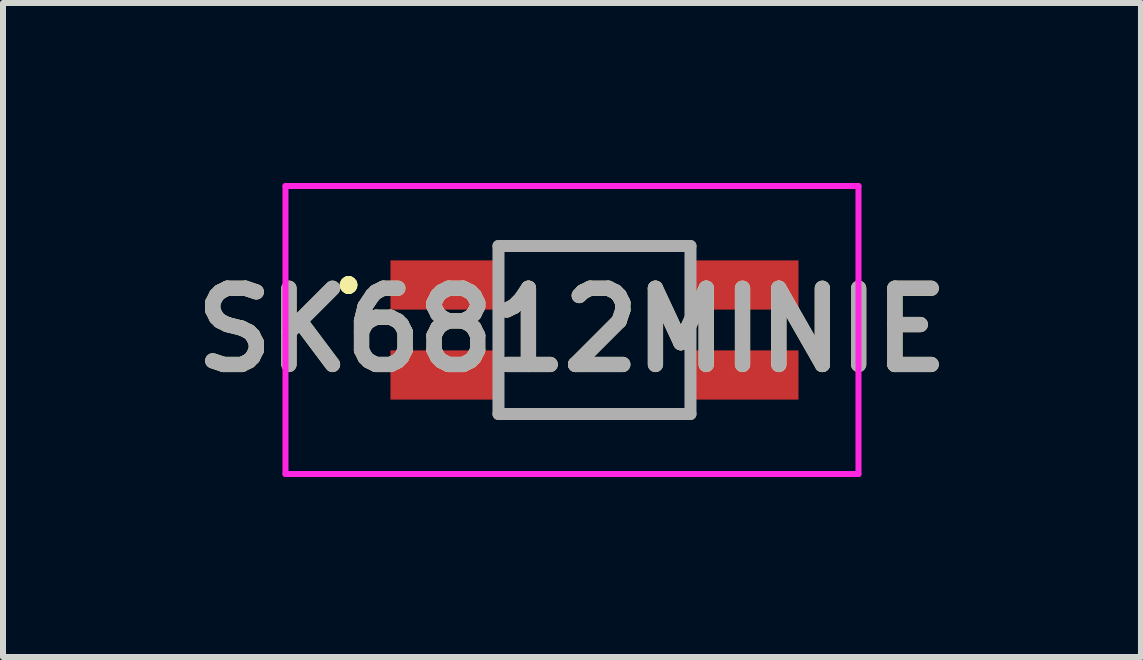
<source format=kicad_pcb>
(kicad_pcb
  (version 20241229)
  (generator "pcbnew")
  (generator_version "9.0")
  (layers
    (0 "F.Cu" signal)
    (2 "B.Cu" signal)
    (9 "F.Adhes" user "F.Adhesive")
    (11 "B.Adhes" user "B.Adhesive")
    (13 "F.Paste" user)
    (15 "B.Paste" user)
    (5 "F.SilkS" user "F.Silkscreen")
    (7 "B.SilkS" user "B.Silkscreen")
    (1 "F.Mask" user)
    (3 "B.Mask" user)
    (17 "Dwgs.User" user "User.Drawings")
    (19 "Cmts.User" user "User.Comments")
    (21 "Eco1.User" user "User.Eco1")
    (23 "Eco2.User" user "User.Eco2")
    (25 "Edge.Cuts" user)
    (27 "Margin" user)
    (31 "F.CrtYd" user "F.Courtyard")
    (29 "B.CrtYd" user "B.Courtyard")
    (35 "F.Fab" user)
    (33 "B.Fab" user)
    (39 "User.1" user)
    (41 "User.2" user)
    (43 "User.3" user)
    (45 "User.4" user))
  (footprint "SK6812MINIE"
    (layer "F.Cu")
    (at 6.858 2.45)
    (property "Reference" "SK6812MINIE" (at -0.375 0 0) (layer "F.SilkS") (effects (font (size 1.27 1.27) (thickness 0.254))))
    (attr smd)
    (fp_line (start -4.1 -0.8) (end -4.1 -0.8) (stroke (width 0.2) (type solid)) (layer "F.SilkS"))
    (fp_line (start -4.1 -0.7) (end -4.1 -0.7) (stroke (width 0.2) (type solid)) (layer "F.SilkS"))
    (fp_line (start -4.1 -0.7) (end -4.1 -0.7) (stroke (width 0.2) (type solid)) (layer "F.SilkS"))
    (fp_line (start -1.25 -1.4) (end -1.25 -1.4) (stroke (width 0.1) (type solid)) (layer "F.SilkS"))
    (fp_line (start -1.25 -1.4) (end 1.25 -1.4) (stroke (width 0.1) (type solid)) (layer "F.SilkS"))
    (fp_line (start -1.25 1.4) (end -1.25 1.4) (stroke (width 0.1) (type solid)) (layer "F.SilkS"))
    (fp_line (start -1.25 1.4) (end 1.25 1.4) (stroke (width 0.1) (type solid)) (layer "F.SilkS"))
    (fp_line (start 1.25 -1.4) (end -1.25 -1.4) (stroke (width 0.1) (type solid)) (layer "F.SilkS"))
    (fp_line (start 1.25 -1.4) (end 1.25 -1.4) (stroke (width 0.1) (type solid)) (layer "F.SilkS"))
    (fp_line (start 1.25 1.4) (end -1.25 1.4) (stroke (width 0.1) (type solid)) (layer "F.SilkS"))
    (fp_line (start 1.25 1.4) (end 1.25 1.4) (stroke (width 0.1) (type solid)) (layer "F.SilkS"))
    (fp_arc (start -4.1 -0.8) (mid -4.05 -0.75) (end -4.1 -0.7) (stroke (width 0.2) (type solid)) (layer "F.SilkS"))
    (fp_arc (start -4.1 -0.8) (mid -4.05 -0.75) (end -4.1 -0.7) (stroke (width 0.2) (type solid)) (layer "F.SilkS"))
    (fp_arc (start -4.1 -0.7) (mid -4.15 -0.75) (end -4.1 -0.8) (stroke (width 0.2) (type solid)) (layer "F.SilkS"))
    (fp_line (start -5.15 -2.4) (end 4.4 -2.4) (stroke (width 0.1) (type solid)) (layer "F.CrtYd"))
    (fp_line (start -5.15 2.4) (end -5.15 -2.4) (stroke (width 0.1) (type solid)) (layer "F.CrtYd"))
    (fp_line (start 4.4 -2.4) (end 4.4 2.4) (stroke (width 0.1) (type solid)) (layer "F.CrtYd"))
    (fp_line (start 4.4 2.4) (end -5.15 2.4) (stroke (width 0.1) (type solid)) (layer "F.CrtYd"))
    (fp_line (start -1.6 -1.4) (end -1.6 1.4) (stroke (width 0.2) (type solid)) (layer "F.Fab"))
    (fp_line (start -1.6 1.4) (end 1.6 1.4) (stroke (width 0.2) (type solid)) (layer "F.Fab"))
    (fp_line (start 1.6 -1.4) (end -1.6 -1.4) (stroke (width 0.2) (type solid)) (layer "F.Fab"))
    (fp_line (start 1.6 1.4) (end 1.6 -1.4) (stroke (width 0.2) (type solid)) (layer "F.Fab"))
    (fp_text user "${REFERENCE}" (at -0.375 0 0) (layer "F.Fab") (effects (font (size 1.27 1.27) (thickness 0.254))))
    (pad "1" smd rect (at -2.5 -0.75 90) (size 0.82 1.8) (layers "F.Cu" "F.Mask" "F.Paste"))
    (pad "2" smd rect (at -2.5 0.75 90) (size 0.82 1.8) (layers "F.Cu" "F.Mask" "F.Paste"))
    (pad "3" smd rect (at 2.5 0.75 90) (size 0.82 1.8) (layers "F.Cu" "F.Mask" "F.Paste"))
    (pad "4" smd rect (at 2.5 -0.75 90) (size 0.82 1.8) (layers "F.Cu" "F.Mask" "F.Paste")))
  (gr_rect
    (start -3 -3)
    (end 15.966 7.9)
    (stroke (width 0.1) (type default))
    (fill no)
    (layer "Edge.Cuts")))
</source>
